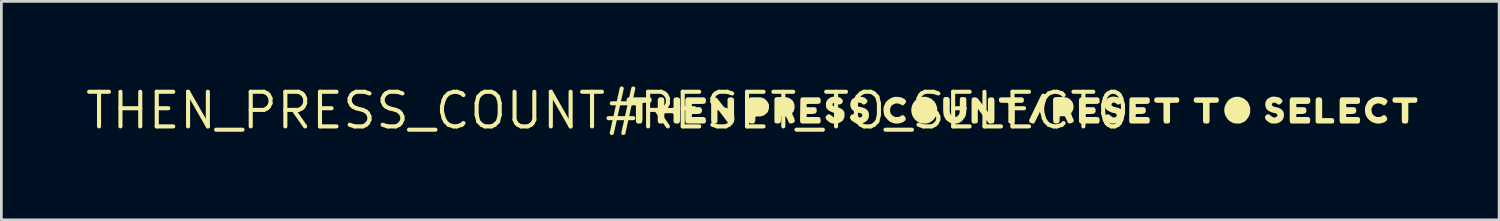
<source format=kicad_pcb>
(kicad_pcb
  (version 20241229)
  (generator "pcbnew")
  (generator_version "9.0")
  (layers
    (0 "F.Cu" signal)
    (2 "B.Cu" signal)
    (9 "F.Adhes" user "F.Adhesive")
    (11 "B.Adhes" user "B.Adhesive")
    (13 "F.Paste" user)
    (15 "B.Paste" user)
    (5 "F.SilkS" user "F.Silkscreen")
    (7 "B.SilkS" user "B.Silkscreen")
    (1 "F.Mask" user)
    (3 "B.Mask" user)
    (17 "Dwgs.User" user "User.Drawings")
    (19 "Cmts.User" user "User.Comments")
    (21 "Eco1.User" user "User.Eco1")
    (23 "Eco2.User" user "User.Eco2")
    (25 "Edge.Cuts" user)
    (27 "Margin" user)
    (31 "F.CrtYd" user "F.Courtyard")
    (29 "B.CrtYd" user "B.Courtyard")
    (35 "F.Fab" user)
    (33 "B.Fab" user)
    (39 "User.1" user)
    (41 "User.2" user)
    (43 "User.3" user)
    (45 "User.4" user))
  (footprint "THEN_PRESS_COUNT#RESET_TO_SELECT0"
    (layer "F.Cu")
    (at 19.239 1.006)
    (property "Reference" "THEN_PRESS_COUNT#RESET_TO_SELECT0" (at 0 0 0) (layer "F.SilkS") (effects (font (size 1.27 1.27) (thickness 0.15))))
    (fp_poly (pts (xy 16.032 -0.605) (xy 16.094 -0.563) (xy 16.105 -0.51) (xy 16.085 -0.438) (xy 15.674 0.412) (xy 15.633 0.475) (xy 15.579 0.475) (xy 15.497 0.444) (xy 15.455 0.391) (xy 15.465 0.328) (xy 15.496 0.268) (xy 15.876 -0.522) (xy 15.916 -0.594) (xy 15.969 -0.625)) (stroke (width 0) (type solid)) (fill yes) (layer "F.SilkS"))
    (fp_poly (pts (xy 26.184 -0.453) (xy 26.205 -0.391) (xy 26.205 0.275) (xy 26.54 0.275) (xy 26.613 0.285) (xy 26.645 0.339) (xy 26.645 0.411) (xy 26.624 0.465) (xy 26.55 0.475) (xy 26.08 0.475) (xy 25.997 0.465) (xy 25.965 0.422) (xy 25.965 -0.401) (xy 25.986 -0.453) (xy 26.039 -0.485) (xy 26.131 -0.485)) (stroke (width 0) (type solid)) (fill yes) (layer "F.SilkS"))
    (fp_poly (pts (xy 15.255 -0.453) (xy 15.265 -0.38) (xy 15.255 -0.317) (xy 15.191 -0.285) (xy 14.98 -0.285) (xy 14.925 -0.276) (xy 14.925 0.401) (xy 14.893 0.465) (xy 14.83 0.475) (xy 14.748 0.475) (xy 14.695 0.432) (xy 14.695 -0.248) (xy 14.668 -0.285) (xy 14.47 -0.285) (xy 14.398 -0.295) (xy 14.355 -0.338) (xy 14.345 -0.411) (xy 14.377 -0.475) (xy 14.45 -0.485) (xy 15.201 -0.485)) (stroke (width 0) (type solid)) (fill yes) (layer "F.SilkS"))
    (fp_poly (pts (xy 20.955 -0.453) (xy 20.965 -0.38) (xy 20.955 -0.317) (xy 20.891 -0.285) (xy 20.68 -0.285) (xy 20.625 -0.276) (xy 20.625 0.401) (xy 20.593 0.465) (xy 20.53 0.475) (xy 20.448 0.475) (xy 20.395 0.433) (xy 20.385 0.37) (xy 20.385 -0.249) (xy 20.367 -0.285) (xy 20.17 -0.285) (xy 20.098 -0.295) (xy 20.045 -0.338) (xy 20.045 -0.411) (xy 20.077 -0.475) (xy 20.14 -0.485) (xy 20.901 -0.485)) (stroke (width 0) (type solid)) (fill yes) (layer "F.SilkS"))
    (fp_poly (pts (xy 22.405 -0.453) (xy 22.415 -0.38) (xy 22.405 -0.317) (xy 22.341 -0.285) (xy 22.13 -0.285) (xy 22.075 -0.276) (xy 22.075 0.401) (xy 22.043 0.465) (xy 21.97 0.475) (xy 21.898 0.475) (xy 21.845 0.433) (xy 21.835 0.37) (xy 21.835 -0.249) (xy 21.817 -0.285) (xy 21.62 -0.285) (xy 21.538 -0.295) (xy 21.495 -0.338) (xy 21.495 -0.411) (xy 21.527 -0.475) (xy 21.59 -0.485) (xy 22.351 -0.485)) (stroke (width 0) (type solid)) (fill yes) (layer "F.SilkS"))
    (fp_poly (pts (xy 1.605 -0.453) (xy 1.615 -0.38) (xy 1.594 -0.317) (xy 1.541 -0.285) (xy 1.33 -0.285) (xy 1.275 -0.276) (xy 1.275 0.33) (xy 1.265 0.401) (xy 1.244 0.465) (xy 1.17 0.475) (xy 1.098 0.475) (xy 1.045 0.433) (xy 1.035 0.37) (xy 1.035 -0.249) (xy 1.017 -0.285) (xy 0.81 -0.285) (xy 0.738 -0.295) (xy 0.695 -0.338) (xy 0.695 -0.411) (xy 0.727 -0.475) (xy 0.79 -0.485) (xy 1.551 -0.485)) (stroke (width 0) (type solid)) (fill yes) (layer "F.SilkS"))
    (fp_poly (pts (xy 29.695 -0.453) (xy 29.695 -0.38) (xy 29.685 -0.317) (xy 29.631 -0.285) (xy 29.42 -0.285) (xy 29.365 -0.276) (xy 29.365 0.33) (xy 29.355 0.401) (xy 29.334 0.465) (xy 29.26 0.475) (xy 29.188 0.475) (xy 29.135 0.433) (xy 29.125 0.37) (xy 29.125 -0.249) (xy 29.107 -0.285) (xy 28.9 -0.285) (xy 28.828 -0.295) (xy 28.785 -0.338) (xy 28.785 -0.411) (xy 28.806 -0.475) (xy 28.88 -0.485) (xy 29.641 -0.485)) (stroke (width 0) (type solid)) (fill yes) (layer "F.SilkS"))
    (fp_poly (pts (xy 4.003 -0.464) (xy 4.044 -0.413) (xy 4.254 -0.143) (xy 4.395 0.054) (xy 4.395 -0.401) (xy 4.416 -0.464) (xy 4.489 -0.485) (xy 4.561 -0.485) (xy 4.614 -0.453) (xy 4.635 -0.391) (xy 4.635 0.36) (xy 4.625 0.422) (xy 4.593 0.465) (xy 4.51 0.475) (xy 4.438 0.475) (xy 4.386 0.413) (xy 4.033 -0.058) (xy 4.025 -0.01) (xy 4.025 0.401) (xy 4.004 0.454) (xy 3.941 0.475) (xy 3.848 0.475) (xy 3.805 0.432) (xy 3.795 0.37) (xy 3.795 -0.37) (xy 3.805 -0.443) (xy 3.858 -0.485) (xy 3.931 -0.485)) (stroke (width 0) (type solid)) (fill yes) (layer "F.SilkS"))
    (fp_poly (pts (xy 13.553 -0.464) (xy 13.594 -0.413) (xy 13.804 -0.143) (xy 13.945 0.054) (xy 13.945 -0.401) (xy 13.966 -0.464) (xy 14.039 -0.485) (xy 14.111 -0.485) (xy 14.164 -0.453) (xy 14.185 -0.391) (xy 14.185 0.36) (xy 14.175 0.422) (xy 14.143 0.465) (xy 14.06 0.475) (xy 13.988 0.475) (xy 13.936 0.413) (xy 13.583 -0.058) (xy 13.575 -0.01) (xy 13.575 0.401) (xy 13.554 0.454) (xy 13.491 0.475) (xy 13.398 0.475) (xy 13.355 0.432) (xy 13.345 0.37) (xy 13.345 -0.37) (xy 13.355 -0.443) (xy 13.408 -0.485) (xy 13.481 -0.485)) (stroke (width 0) (type solid)) (fill yes) (layer "F.SilkS"))
    (fp_poly (pts (xy 5.661 -0.475) (xy 5.732 -0.444) (xy 5.793 -0.404) (xy 5.834 -0.353) (xy 5.874 -0.303) (xy 5.915 -0.221) (xy 5.915 -0.079) (xy 5.895 -0.019) (xy 5.874 0.053) (xy 5.823 0.104) (xy 5.773 0.144) (xy 5.716 0.182) (xy 5.717 0.183) (xy 5.712 0.185) (xy 5.708 0.187) (xy 5.707 0.186) (xy 5.651 0.205) (xy 5.59 0.215) (xy 5.451 0.215) (xy 5.415 0.233) (xy 5.415 0.371) (xy 5.394 0.433) (xy 5.352 0.475) (xy 5.269 0.475) (xy 5.197 0.454) (xy 5.175 0.412) (xy 5.165 0.34) (xy 5.165 -0.411) (xy 5.197 -0.464) (xy 5.259 -0.485) (xy 5.6 -0.485)) (stroke (width 0) (type solid)) (fill yes) (layer "F.SilkS"))
    (fp_poly (pts (xy 2.054 -0.464) (xy 2.075 -0.401) (xy 2.075 -0.132) (xy 2.112 -0.095) (xy 2.378 -0.095) (xy 2.415 -0.122) (xy 2.415 -0.401) (xy 2.436 -0.464) (xy 2.499 -0.485) (xy 2.571 -0.485) (xy 2.634 -0.454) (xy 2.655 -0.391) (xy 2.655 0.371) (xy 2.634 0.432) (xy 2.603 0.475) (xy 2.509 0.475) (xy 2.436 0.454) (xy 2.415 0.401) (xy 2.415 0.132) (xy 2.378 0.095) (xy 2.112 0.095) (xy 2.075 0.132) (xy 2.075 0.401) (xy 2.054 0.454) (xy 1.981 0.475) (xy 1.898 0.475) (xy 1.845 0.433) (xy 1.835 0.37) (xy 1.835 -0.381) (xy 1.856 -0.453) (xy 1.898 -0.485) (xy 1.991 -0.485)) (stroke (width 0) (type solid)) (fill yes) (layer "F.SilkS"))
    (fp_poly (pts (xy 3.584 -0.453) (xy 3.605 -0.38) (xy 3.595 -0.287) (xy 3.552 -0.255) (xy 3.48 -0.245) (xy 3.14 -0.245) (xy 3.085 -0.236) (xy 3.085 -0.17) (xy 3.094 -0.125) (xy 3.361 -0.125) (xy 3.423 -0.104) (xy 3.455 -0.051) (xy 3.455 0.041) (xy 3.423 0.094) (xy 3.371 0.115) (xy 3.29 0.125) (xy 3.094 0.125) (xy 3.085 0.18) (xy 3.085 0.235) (xy 3.49 0.235) (xy 3.553 0.245) (xy 3.595 0.298) (xy 3.605 0.38) (xy 3.584 0.454) (xy 3.531 0.475) (xy 2.898 0.475) (xy 2.855 0.432) (xy 2.845 0.37) (xy 2.845 -0.381) (xy 2.866 -0.453) (xy 2.908 -0.485) (xy 3.531 -0.485)) (stroke (width 0) (type solid)) (fill yes) (layer "F.SilkS"))
    (fp_poly (pts (xy 7.794 -0.453) (xy 7.815 -0.38) (xy 7.805 -0.287) (xy 7.762 -0.255) (xy 7.69 -0.245) (xy 7.35 -0.245) (xy 7.295 -0.236) (xy 7.295 -0.17) (xy 7.304 -0.125) (xy 7.581 -0.125) (xy 7.644 -0.104) (xy 7.665 -0.051) (xy 7.665 0.041) (xy 7.633 0.094) (xy 7.581 0.115) (xy 7.51 0.125) (xy 7.304 0.125) (xy 7.295 0.18) (xy 7.295 0.235) (xy 7.7 0.235) (xy 7.773 0.245) (xy 7.805 0.298) (xy 7.815 0.38) (xy 7.794 0.454) (xy 7.741 0.475) (xy 7.118 0.475) (xy 7.065 0.433) (xy 7.055 0.37) (xy 7.065 -0.38) (xy 7.075 -0.453) (xy 7.129 -0.485) (xy 7.752 -0.485)) (stroke (width 0) (type solid)) (fill yes) (layer "F.SilkS"))
    (fp_poly (pts (xy 18.024 -0.453) (xy 18.045 -0.38) (xy 18.035 -0.287) (xy 17.992 -0.255) (xy 17.92 -0.245) (xy 17.58 -0.245) (xy 17.525 -0.236) (xy 17.525 -0.17) (xy 17.534 -0.125) (xy 17.811 -0.125) (xy 17.863 -0.104) (xy 17.895 -0.051) (xy 17.895 0.041) (xy 17.863 0.094) (xy 17.811 0.115) (xy 17.73 0.125) (xy 17.534 0.125) (xy 17.525 0.18) (xy 17.525 0.235) (xy 17.93 0.235) (xy 18.003 0.245) (xy 18.035 0.298) (xy 18.045 0.38) (xy 18.024 0.454) (xy 17.971 0.475) (xy 17.338 0.475) (xy 17.295 0.432) (xy 17.285 0.37) (xy 17.285 -0.381) (xy 17.306 -0.453) (xy 17.359 -0.485) (xy 17.971 -0.485)) (stroke (width 0) (type solid)) (fill yes) (layer "F.SilkS"))
    (fp_poly (pts (xy 19.864 -0.453) (xy 19.885 -0.38) (xy 19.875 -0.287) (xy 19.832 -0.255) (xy 19.76 -0.245) (xy 19.42 -0.245) (xy 19.365 -0.236) (xy 19.365 -0.17) (xy 19.374 -0.125) (xy 19.651 -0.125) (xy 19.714 -0.104) (xy 19.735 -0.051) (xy 19.735 0.041) (xy 19.703 0.094) (xy 19.651 0.115) (xy 19.58 0.125) (xy 19.374 0.125) (xy 19.365 0.18) (xy 19.365 0.235) (xy 19.77 0.235) (xy 19.843 0.245) (xy 19.875 0.298) (xy 19.885 0.38) (xy 19.864 0.454) (xy 19.811 0.475) (xy 19.188 0.475) (xy 19.135 0.433) (xy 19.125 0.37) (xy 19.135 -0.38) (xy 19.145 -0.453) (xy 19.199 -0.485) (xy 19.822 -0.485)) (stroke (width 0) (type solid)) (fill yes) (layer "F.SilkS"))
    (fp_poly (pts (xy 25.754 -0.453) (xy 25.775 -0.38) (xy 25.755 -0.287) (xy 25.722 -0.255) (xy 25.65 -0.245) (xy 25.31 -0.245) (xy 25.255 -0.236) (xy 25.255 -0.17) (xy 25.264 -0.125) (xy 25.531 -0.125) (xy 25.593 -0.104) (xy 25.625 -0.051) (xy 25.625 0.041) (xy 25.593 0.094) (xy 25.531 0.115) (xy 25.46 0.125) (xy 25.264 0.125) (xy 25.255 0.18) (xy 25.255 0.235) (xy 25.66 0.235) (xy 25.723 0.245) (xy 25.765 0.298) (xy 25.765 0.381) (xy 25.744 0.453) (xy 25.701 0.475) (xy 25.068 0.475) (xy 25.025 0.432) (xy 25.015 0.37) (xy 25.015 -0.381) (xy 25.036 -0.453) (xy 25.078 -0.485) (xy 25.701 -0.485)) (stroke (width 0) (type solid)) (fill yes) (layer "F.SilkS"))
    (fp_poly (pts (xy 27.585 -0.453) (xy 27.595 -0.38) (xy 27.585 -0.288) (xy 27.552 -0.255) (xy 27.48 -0.245) (xy 27.14 -0.245) (xy 27.085 -0.236) (xy 27.085 -0.17) (xy 27.094 -0.125) (xy 27.361 -0.125) (xy 27.423 -0.104) (xy 27.455 -0.051) (xy 27.455 0.041) (xy 27.423 0.094) (xy 27.361 0.115) (xy 27.29 0.125) (xy 27.094 0.125) (xy 27.085 0.18) (xy 27.085 0.235) (xy 27.49 0.235) (xy 27.553 0.245) (xy 27.595 0.298) (xy 27.595 0.381) (xy 27.574 0.453) (xy 27.531 0.475) (xy 26.898 0.475) (xy 26.855 0.432) (xy 26.845 0.37) (xy 26.845 -0.381) (xy 26.866 -0.453) (xy 26.908 -0.485) (xy 27.531 -0.485)) (stroke (width 0) (type solid)) (fill yes) (layer "F.SilkS"))
    (fp_poly (pts (xy 6.561 -0.485) (xy 6.622 -0.475) (xy 6.683 -0.444) (xy 6.748 -0.401) (xy 6.742 -0.395) (xy 6.794 -0.353) (xy 6.825 -0.292) (xy 6.845 -0.231) (xy 6.855 -0.16) (xy 6.855 -0.089) (xy 6.835 -0.019) (xy 6.814 0.043) (xy 6.765 0.092) (xy 6.775 0.138) (xy 6.835 0.268) (xy 6.845 0.299) (xy 6.865 0.37) (xy 6.844 0.423) (xy 6.772 0.465) (xy 6.699 0.475) (xy 6.646 0.443) (xy 6.576 0.282) (xy 6.527 0.205) (xy 6.401 0.205) (xy 6.355 0.223) (xy 6.355 0.36) (xy 6.345 0.422) (xy 6.302 0.465) (xy 6.21 0.475) (xy 6.136 0.454) (xy 6.115 0.401) (xy 6.115 -0.421) (xy 6.136 -0.474) (xy 6.209 -0.495) (xy 6.49 -0.495)) (stroke (width 0) (type solid)) (fill yes) (layer "F.SilkS"))
    (fp_poly (pts (xy 16.781 -0.485) (xy 16.852 -0.475) (xy 16.913 -0.444) (xy 16.978 -0.401) (xy 16.972 -0.395) (xy 17.014 -0.353) (xy 17.055 -0.292) (xy 17.075 -0.231) (xy 17.085 -0.16) (xy 17.085 -0.089) (xy 17.065 -0.018) (xy 17.034 0.043) (xy 16.995 0.091) (xy 17.005 0.139) (xy 17.054 0.268) (xy 17.075 0.298) (xy 17.095 0.37) (xy 17.074 0.424) (xy 16.992 0.465) (xy 16.929 0.475) (xy 16.876 0.443) (xy 16.806 0.282) (xy 16.757 0.205) (xy 16.621 0.205) (xy 16.575 0.223) (xy 16.575 0.36) (xy 16.565 0.422) (xy 16.522 0.465) (xy 16.44 0.475) (xy 16.366 0.454) (xy 16.345 0.401) (xy 16.335 0.33) (xy 16.335 -0.421) (xy 16.367 -0.474) (xy 16.439 -0.495) (xy 16.72 -0.495)) (stroke (width 0) (type solid)) (fill yes) (layer "F.SilkS"))
    (fp_poly (pts (xy 12.535 -0.453) (xy 12.545 -0.38) (xy 12.545 0.03) (xy 12.555 0.098) (xy 12.584 0.157) (xy 12.623 0.206) (xy 12.681 0.235) (xy 12.749 0.235) (xy 12.808 0.216) (xy 12.856 0.177) (xy 12.895 0.118) (xy 12.905 0.059) (xy 12.915 -0.01) (xy 12.915 -0.421) (xy 12.936 -0.485) (xy 13.01 -0.495) (xy 13.081 -0.495) (xy 13.145 -0.463) (xy 13.155 -0.39) (xy 13.155 0.02) (xy 13.145 0.091) (xy 13.135 0.151) (xy 13.115 0.222) (xy 13.074 0.283) (xy 13.034 0.333) (xy 12.993 0.384) (xy 12.933 0.424) (xy 12.872 0.455) (xy 12.811 0.475) (xy 12.67 0.475) (xy 12.598 0.465) (xy 12.537 0.434) (xy 12.477 0.394) (xy 12.426 0.354) (xy 12.386 0.303) (xy 12.325 0.182) (xy 12.315 0.111) (xy 12.305 0.04) (xy 12.305 -0.432) (xy 12.347 -0.495) (xy 12.482 -0.495)) (stroke (width 0) (type solid)) (fill yes) (layer "F.SilkS"))
    (fp_poly (pts (xy 23.222 -0.485) (xy 23.282 -0.465) (xy 23.343 -0.434) (xy 23.403 -0.384) (xy 23.454 -0.343) (xy 23.494 -0.283) (xy 23.525 -0.222) (xy 23.545 -0.162) (xy 23.565 -0.101) (xy 23.565 0.04) (xy 23.555 0.111) (xy 23.535 0.172) (xy 23.504 0.233) (xy 23.464 0.293) (xy 23.424 0.343) (xy 23.373 0.394) (xy 23.252 0.455) (xy 23.191 0.475) (xy 23.05 0.475) (xy 22.979 0.465) (xy 22.918 0.445) (xy 22.857 0.414) (xy 22.797 0.374) (xy 22.746 0.323) (xy 22.706 0.273) (xy 22.676 0.212) (xy 22.667 0.218) (xy 22.645 0.152) (xy 22.625 0.091) (xy 22.615 0.02) (xy 22.615 -0.05) (xy 22.625 -0.121) (xy 22.645 -0.182) (xy 22.706 -0.303) (xy 22.746 -0.353) (xy 22.797 -0.404) (xy 22.857 -0.444) (xy 22.918 -0.475) (xy 22.979 -0.495) (xy 23.05 -0.505) (xy 23.161 -0.505)) (stroke (width 0) (type solid)) (fill yes) (layer "F.SilkS"))
    (fp_poly (pts (xy 11.742 -0.485) (xy 11.802 -0.465) (xy 11.863 -0.434) (xy 11.923 -0.384) (xy 11.974 -0.343) (xy 12.014 -0.283) (xy 12.045 -0.222) (xy 12.065 -0.162) (xy 12.085 -0.101) (xy 12.085 0.04) (xy 12.075 0.111) (xy 12.055 0.172) (xy 12.024 0.233) (xy 11.984 0.293) (xy 11.944 0.344) (xy 11.883 0.394) (xy 11.832 0.424) (xy 11.772 0.455) (xy 11.701 0.475) (xy 11.57 0.475) (xy 11.499 0.465) (xy 11.438 0.445) (xy 11.377 0.414) (xy 11.317 0.374) (xy 11.266 0.323) (xy 11.226 0.273) (xy 11.189 0.217) (xy 11.187 0.218) (xy 11.185 0.212) (xy 11.183 0.208) (xy 11.184 0.208) (xy 11.165 0.152) (xy 11.145 0.091) (xy 11.135 0.02) (xy 11.135 -0.05) (xy 11.145 -0.121) (xy 11.165 -0.182) (xy 11.185 -0.242) (xy 11.226 -0.303) (xy 11.266 -0.353) (xy 11.317 -0.404) (xy 11.377 -0.444) (xy 11.438 -0.475) (xy 11.499 -0.495) (xy 11.57 -0.505) (xy 11.681 -0.505)) (stroke (width 0) (type solid)) (fill yes) (layer "F.SilkS"))
    (fp_poly (pts (xy 10.691 -0.495) (xy 10.762 -0.485) (xy 10.883 -0.424) (xy 10.935 -0.372) (xy 10.945 -0.309) (xy 10.894 -0.247) (xy 10.842 -0.195) (xy 10.799 -0.195) (xy 10.728 -0.235) (xy 10.669 -0.255) (xy 10.6 -0.265) (xy 10.542 -0.255) (xy 10.423 -0.196) (xy 10.385 -0.138) (xy 10.365 -0.079) (xy 10.355 -0.01) (xy 10.365 0.059) (xy 10.384 0.118) (xy 10.423 0.166) (xy 10.483 0.206) (xy 10.541 0.235) (xy 10.669 0.235) (xy 10.738 0.206) (xy 10.799 0.165) (xy 10.852 0.175) (xy 10.904 0.227) (xy 10.935 0.3) (xy 10.914 0.363) (xy 10.863 0.404) (xy 10.812 0.435) (xy 10.741 0.455) (xy 10.671 0.475) (xy 10.539 0.475) (xy 10.469 0.455) (xy 10.408 0.435) (xy 10.347 0.404) (xy 10.297 0.364) (xy 10.246 0.313) (xy 10.206 0.263) (xy 10.166 0.213) (xy 10.135 0.141) (xy 10.125 0.081) (xy 10.115 0.01) (xy 10.115 -0.06) (xy 10.125 -0.131) (xy 10.145 -0.192) (xy 10.206 -0.313) (xy 10.257 -0.364) (xy 10.307 -0.404) (xy 10.367 -0.444) (xy 10.428 -0.475) (xy 10.489 -0.495) (xy 10.56 -0.505) (xy 10.62 -0.505)) (stroke (width 0) (type solid)) (fill yes) (layer "F.SilkS"))
    (fp_poly (pts (xy 28.351 -0.495) (xy 28.422 -0.485) (xy 28.543 -0.424) (xy 28.595 -0.372) (xy 28.595 -0.308) (xy 28.554 -0.247) (xy 28.502 -0.195) (xy 28.448 -0.195) (xy 28.388 -0.235) (xy 28.329 -0.255) (xy 28.26 -0.265) (xy 28.201 -0.255) (xy 28.132 -0.226) (xy 28.084 -0.196) (xy 28.044 -0.137) (xy 28.015 -0.079) (xy 28.015 -0.01) (xy 28.025 0.059) (xy 28.044 0.118) (xy 28.083 0.166) (xy 28.143 0.206) (xy 28.201 0.235) (xy 28.329 0.235) (xy 28.388 0.206) (xy 28.459 0.165) (xy 28.512 0.175) (xy 28.564 0.227) (xy 28.595 0.3) (xy 28.574 0.363) (xy 28.523 0.404) (xy 28.472 0.435) (xy 28.401 0.455) (xy 28.331 0.475) (xy 28.199 0.475) (xy 28.129 0.455) (xy 28.068 0.435) (xy 28.007 0.404) (xy 27.957 0.364) (xy 27.896 0.314) (xy 27.856 0.263) (xy 27.826 0.212) (xy 27.795 0.141) (xy 27.785 0.081) (xy 27.775 0.01) (xy 27.775 -0.06) (xy 27.785 -0.131) (xy 27.805 -0.192) (xy 27.866 -0.313) (xy 27.907 -0.364) (xy 27.967 -0.404) (xy 28.017 -0.444) (xy 28.088 -0.475) (xy 28.149 -0.495) (xy 28.22 -0.505) (xy 28.28 -0.505)) (stroke (width 0) (type solid)) (fill yes) (layer "F.SilkS"))
    (fp_poly (pts (xy 8.391 -0.505) (xy 8.461 -0.495) (xy 8.533 -0.474) (xy 8.574 -0.434) (xy 8.625 -0.382) (xy 8.625 -0.329) (xy 8.584 -0.256) (xy 8.521 -0.225) (xy 8.468 -0.225) (xy 8.408 -0.276) (xy 8.35 -0.295) (xy 8.283 -0.285) (xy 8.245 -0.239) (xy 8.255 -0.183) (xy 8.312 -0.145) (xy 8.441 -0.115) (xy 8.512 -0.095) (xy 8.573 -0.064) (xy 8.624 -0.024) (xy 8.664 0.028) (xy 8.685 0.089) (xy 8.685 0.241) (xy 8.624 0.363) (xy 8.573 0.404) (xy 8.452 0.465) (xy 8.38 0.475) (xy 8.249 0.475) (xy 8.178 0.455) (xy 8.117 0.414) (xy 8.067 0.374) (xy 8.026 0.333) (xy 7.984 0.26) (xy 8.006 0.207) (xy 8.057 0.145) (xy 8.121 0.135) (xy 8.173 0.156) (xy 8.233 0.206) (xy 8.292 0.245) (xy 8.359 0.255) (xy 8.416 0.226) (xy 8.445 0.179) (xy 8.435 0.123) (xy 8.378 0.095) (xy 8.309 0.085) (xy 8.248 0.065) (xy 8.178 0.035) (xy 8.117 0.004) (xy 8.066 -0.036) (xy 8.025 -0.088) (xy 8.005 -0.159) (xy 8.005 -0.291) (xy 8.036 -0.353) (xy 8.076 -0.413) (xy 8.127 -0.454) (xy 8.178 -0.485) (xy 8.249 -0.505) (xy 8.32 -0.515)) (stroke (width 0) (type solid)) (fill yes) (layer "F.SilkS"))
    (fp_poly (pts (xy 18.621 -0.505) (xy 18.681 -0.495) (xy 18.752 -0.475) (xy 18.803 -0.434) (xy 18.855 -0.382) (xy 18.855 -0.329) (xy 18.814 -0.256) (xy 18.751 -0.225) (xy 18.688 -0.225) (xy 18.637 -0.276) (xy 18.57 -0.295) (xy 18.513 -0.285) (xy 18.475 -0.239) (xy 18.485 -0.183) (xy 18.542 -0.145) (xy 18.671 -0.115) (xy 18.742 -0.095) (xy 18.803 -0.064) (xy 18.854 -0.024) (xy 18.894 0.028) (xy 18.915 0.089) (xy 18.915 0.17) (xy 18.905 0.241) (xy 18.885 0.302) (xy 18.854 0.363) (xy 18.803 0.404) (xy 18.682 0.465) (xy 18.61 0.475) (xy 18.479 0.475) (xy 18.408 0.455) (xy 18.347 0.414) (xy 18.287 0.374) (xy 18.246 0.333) (xy 18.215 0.261) (xy 18.225 0.208) (xy 18.288 0.145) (xy 18.351 0.135) (xy 18.403 0.156) (xy 18.463 0.206) (xy 18.522 0.245) (xy 18.589 0.255) (xy 18.646 0.226) (xy 18.675 0.179) (xy 18.656 0.123) (xy 18.608 0.095) (xy 18.539 0.085) (xy 18.468 0.065) (xy 18.347 0.004) (xy 18.296 -0.036) (xy 18.255 -0.088) (xy 18.235 -0.159) (xy 18.225 -0.23) (xy 18.235 -0.292) (xy 18.266 -0.353) (xy 18.306 -0.413) (xy 18.347 -0.454) (xy 18.408 -0.485) (xy 18.469 -0.505) (xy 18.55 -0.515)) (stroke (width 0) (type solid)) (fill yes) (layer "F.SilkS"))
    (fp_poly (pts (xy 9.291 -0.505) (xy 9.351 -0.495) (xy 9.422 -0.475) (xy 9.473 -0.434) (xy 9.525 -0.382) (xy 9.525 -0.328) (xy 9.473 -0.256) (xy 9.421 -0.225) (xy 9.358 -0.225) (xy 9.298 -0.276) (xy 9.24 -0.295) (xy 9.173 -0.285) (xy 9.136 -0.239) (xy 9.154 -0.183) (xy 9.202 -0.145) (xy 9.341 -0.115) (xy 9.402 -0.095) (xy 9.463 -0.064) (xy 9.514 -0.024) (xy 9.554 0.028) (xy 9.575 0.089) (xy 9.585 0.17) (xy 9.575 0.241) (xy 9.555 0.302) (xy 9.514 0.363) (xy 9.463 0.404) (xy 9.412 0.434) (xy 9.341 0.465) (xy 9.28 0.475) (xy 9.139 0.475) (xy 9.078 0.455) (xy 8.957 0.374) (xy 8.916 0.333) (xy 8.885 0.261) (xy 8.895 0.208) (xy 8.947 0.145) (xy 9.011 0.135) (xy 9.063 0.156) (xy 9.123 0.206) (xy 9.182 0.245) (xy 9.249 0.255) (xy 9.317 0.226) (xy 9.345 0.179) (xy 9.326 0.124) (xy 9.268 0.095) (xy 9.209 0.085) (xy 9.138 0.065) (xy 9.068 0.034) (xy 9.017 0.004) (xy 8.966 -0.036) (xy 8.925 -0.088) (xy 8.905 -0.159) (xy 8.895 -0.23) (xy 8.905 -0.291) (xy 8.925 -0.352) (xy 8.966 -0.413) (xy 9.017 -0.454) (xy 9.078 -0.485) (xy 9.139 -0.505) (xy 9.21 -0.515)) (stroke (width 0) (type solid)) (fill yes) (layer "F.SilkS"))
    (fp_poly (pts (xy 24.511 -0.505) (xy 24.571 -0.495) (xy 24.642 -0.475) (xy 24.693 -0.434) (xy 24.745 -0.382) (xy 24.745 -0.328) (xy 24.693 -0.256) (xy 24.641 -0.225) (xy 24.578 -0.225) (xy 24.518 -0.276) (xy 24.46 -0.295) (xy 24.393 -0.285) (xy 24.356 -0.239) (xy 24.374 -0.183) (xy 24.422 -0.145) (xy 24.561 -0.115) (xy 24.622 -0.095) (xy 24.683 -0.064) (xy 24.734 -0.024) (xy 24.774 0.028) (xy 24.795 0.089) (xy 24.805 0.17) (xy 24.795 0.241) (xy 24.775 0.302) (xy 24.734 0.363) (xy 24.683 0.404) (xy 24.632 0.434) (xy 24.561 0.465) (xy 24.5 0.475) (xy 24.359 0.475) (xy 24.298 0.455) (xy 24.177 0.374) (xy 24.136 0.333) (xy 24.105 0.261) (xy 24.115 0.208) (xy 24.167 0.145) (xy 24.231 0.135) (xy 24.283 0.156) (xy 24.343 0.206) (xy 24.402 0.245) (xy 24.469 0.255) (xy 24.537 0.226) (xy 24.565 0.179) (xy 24.546 0.124) (xy 24.488 0.095) (xy 24.429 0.085) (xy 24.358 0.065) (xy 24.288 0.035) (xy 24.227 0.004) (xy 24.186 -0.037) (xy 24.145 -0.088) (xy 24.125 -0.159) (xy 24.115 -0.23) (xy 24.125 -0.291) (xy 24.145 -0.352) (xy 24.186 -0.413) (xy 24.237 -0.454) (xy 24.298 -0.485) (xy 24.359 -0.505) (xy 24.43 -0.515)) (stroke (width 0) (type solid)) (fill yes) (layer "F.SilkS")))
  (gr_rect
    (start -3 -3)
    (end 51.934 5.012)
    (stroke (width 0.1) (type default))
    (fill no)
    (layer "Edge.Cuts")))
</source>
